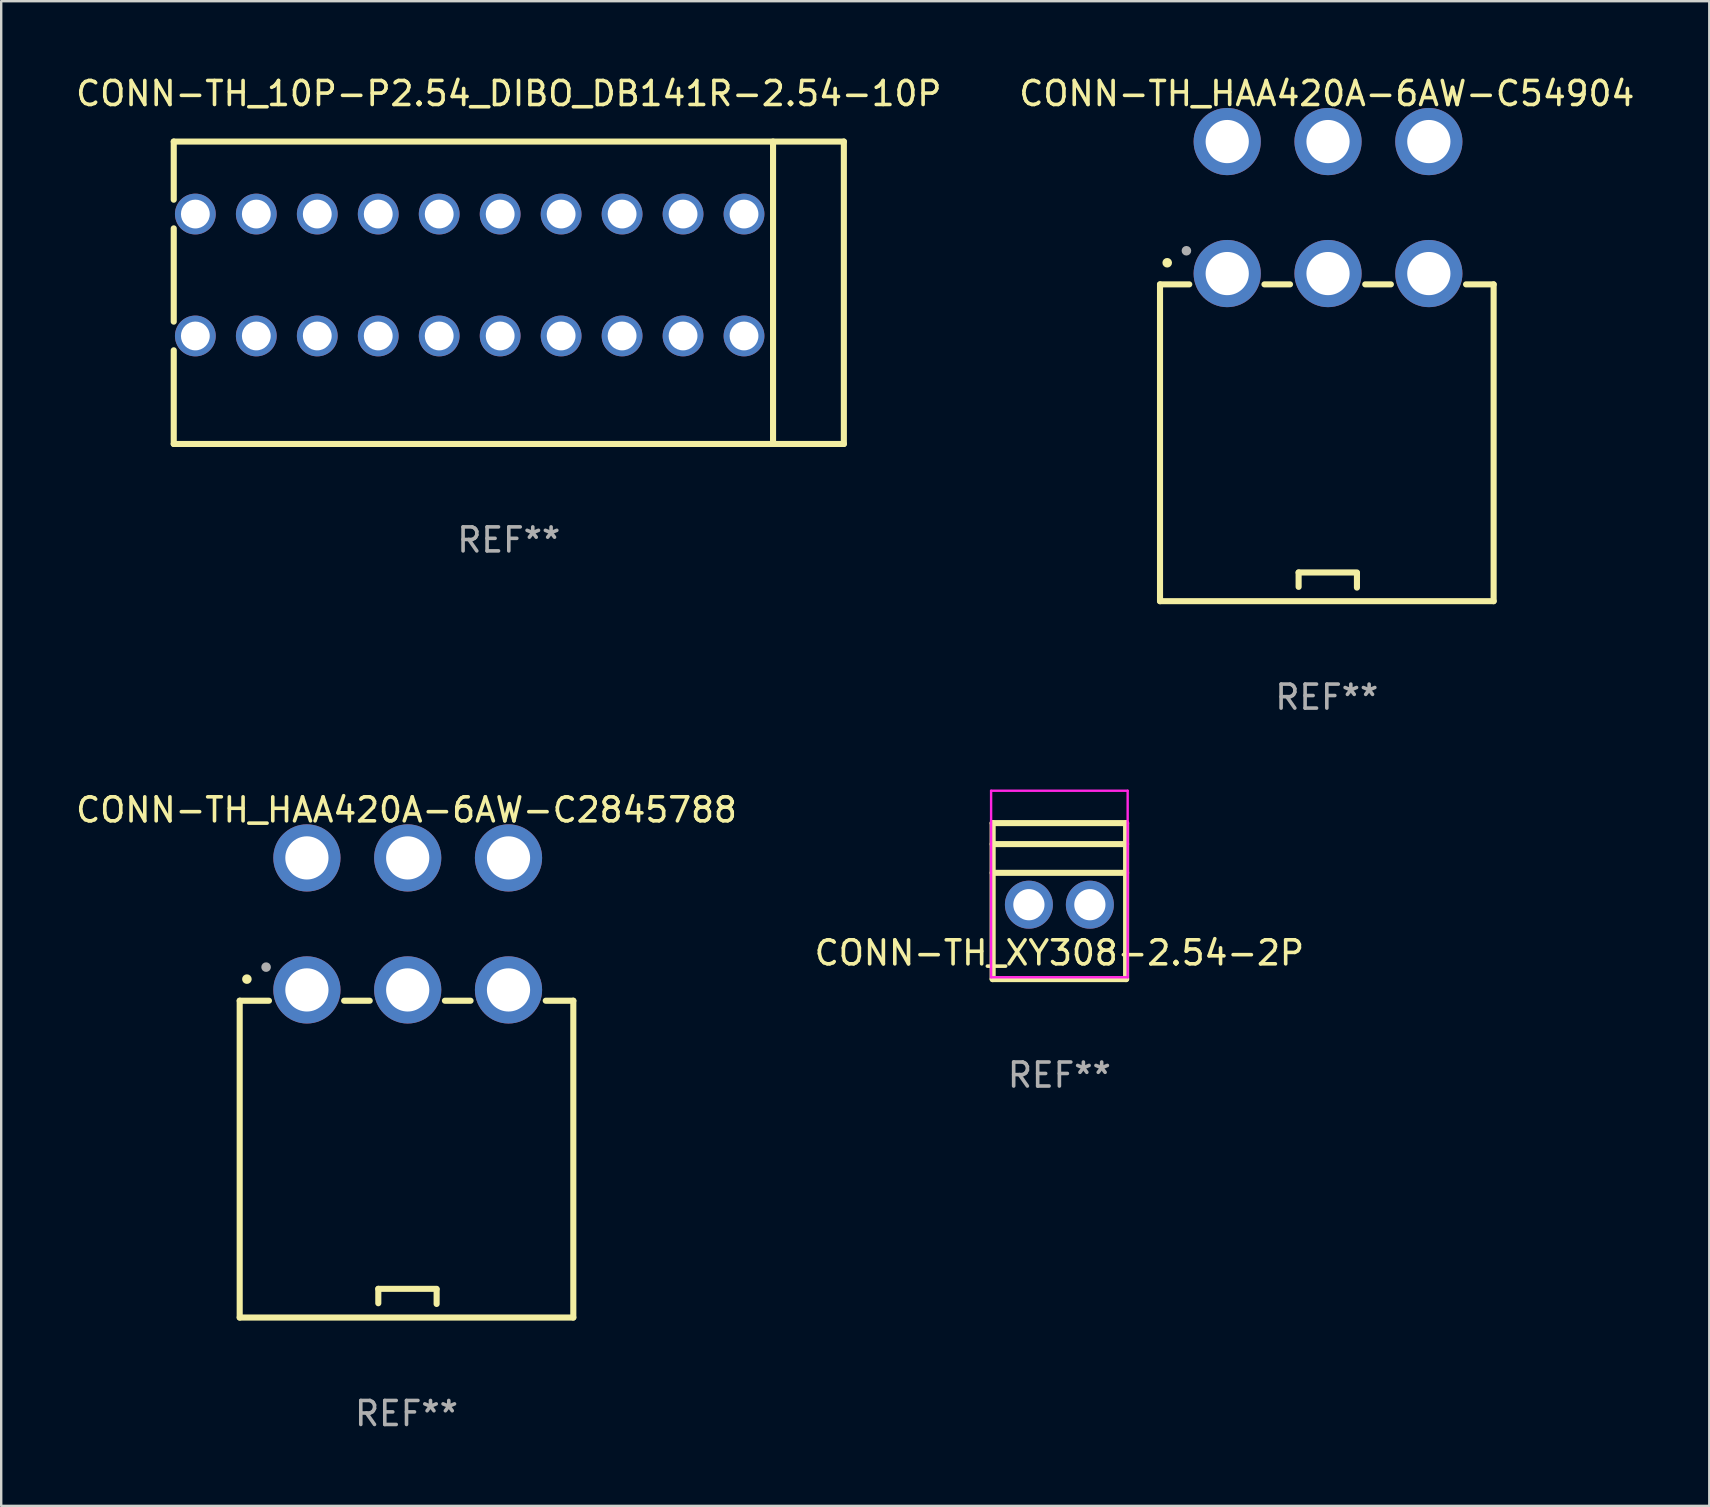
<source format=kicad_pcb>
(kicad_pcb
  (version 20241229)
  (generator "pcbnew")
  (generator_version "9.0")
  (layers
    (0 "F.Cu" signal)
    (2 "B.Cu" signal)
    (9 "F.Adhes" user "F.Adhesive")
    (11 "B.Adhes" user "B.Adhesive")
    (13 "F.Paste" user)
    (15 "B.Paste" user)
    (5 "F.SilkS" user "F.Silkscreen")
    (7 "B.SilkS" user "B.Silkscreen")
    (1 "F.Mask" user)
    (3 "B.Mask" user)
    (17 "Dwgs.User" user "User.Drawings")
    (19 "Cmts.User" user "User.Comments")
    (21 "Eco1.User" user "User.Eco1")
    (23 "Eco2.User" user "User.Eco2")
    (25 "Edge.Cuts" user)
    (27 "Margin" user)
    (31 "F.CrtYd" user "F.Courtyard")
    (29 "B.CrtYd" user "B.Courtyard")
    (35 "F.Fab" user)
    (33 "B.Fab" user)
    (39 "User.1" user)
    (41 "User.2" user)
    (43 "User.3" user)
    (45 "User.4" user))
  (footprint "CONN-TH_HAA420A-6AW-C54904"
    (layer "F.Cu")
    (at 52.232 12.423)
    (property "Reference" "CONN-TH_HAA420A-6AW-C54904" (at 0 -11.575 0) (layer "F.SilkS") (effects (font (size 1 1) (thickness 0.15))))
    (attr through_hole)
    (fp_line (start -6.95 -3.625) (end -5.731 -3.625) (stroke (width 0.254) (type solid)) (layer "F.SilkS"))
    (fp_line (start -6.95 9.575) (end -6.95 -3.625) (stroke (width 0.254) (type solid)) (layer "F.SilkS"))
    (fp_line (start -2.599 -3.625) (end -1.533 -3.625) (stroke (width 0.254) (type solid)) (layer "F.SilkS"))
    (fp_line (start -1.175 8.379) (end -1.175 8.979) (stroke (width 0.254) (type solid)) (layer "F.SilkS"))
    (fp_line (start -1.175 8.379) (end 1.255 8.379) (stroke (width 0.254) (type solid)) (layer "F.SilkS"))
    (fp_line (start 1.255 8.409) (end 1.255 9.009) (stroke (width 0.254) (type solid)) (layer "F.SilkS"))
    (fp_line (start 1.6 -3.625) (end 2.669 -3.625) (stroke (width 0.254) (type solid)) (layer "F.SilkS"))
    (fp_line (start 5.801 -3.625) (end 6.95 -3.625) (stroke (width 0.254) (type solid)) (layer "F.SilkS"))
    (fp_line (start 6.95 -3.625) (end 6.95 9.575) (stroke (width 0.254) (type solid)) (layer "F.SilkS"))
    (fp_line (start 6.95 9.575) (end -6.95 9.575) (stroke (width 0.254) (type solid)) (layer "F.SilkS"))
    (fp_circle (center -6.85 9.52) (end -6.82 9.52) (stroke (width 0.06) (type solid)) (fill no) (layer "F.SilkS"))
    (fp_circle (center -6.65 -4.525) (end -6.55 -4.525) (stroke (width 0.2) (type solid)) (fill no) (layer "F.SilkS"))
    (fp_circle (center -5.85 -5.025) (end -5.75 -5.025) (stroke (width 0.2) (type solid)) (fill no) (layer "F.Fab"))
    (fp_text user "REF**" (at 0 13.575 0) (layer "F.Fab") (effects (font (size 1 1) (thickness 0.15))))
    (pad "1" thru_hole circle (at -4.15 -4.075) (size 2.8 2.8) (drill 1.8) (layers "*.Cu" "*.Mask"))
    (pad "2" thru_hole circle (at -4.15 -9.575) (size 2.8 2.8) (drill 1.8) (layers "*.Cu" "*.Mask"))
    (pad "3" thru_hole circle (at 0.05 -4.075) (size 2.8 2.8) (drill 1.8) (layers "*.Cu" "*.Mask"))
    (pad "4" thru_hole circle (at 0.05 -9.575) (size 2.8 2.8) (drill 1.8) (layers "*.Cu" "*.Mask"))
    (pad "5" thru_hole circle (at 4.25 -4.075) (size 2.8 2.8) (drill 1.8) (layers "*.Cu" "*.Mask"))
    (pad "6" thru_hole circle (at 4.25 -9.575) (size 2.8 2.8) (drill 1.8) (layers "*.Cu" "*.Mask")))
  (footprint "CONN-TH_XY308-2.54-2P"
    (layer "F.Cu")
    (at 41.089 34.494)
    (property "Reference" "CONN-TH_XY308-2.54-2P" (at 0 2.159 0) (layer "F.SilkS") (effects (font (size 1 1) (thickness 0.15))))
    (attr through_hole)
    (fp_line (start -2.78 -3.25) (end -2.78 3.25) (stroke (width 0.254) (type solid)) (layer "F.SilkS"))
    (fp_line (start -2.78 -3.25) (end 2.78 -3.25) (stroke (width 0.254) (type solid)) (layer "F.SilkS"))
    (fp_line (start -2.78 -2.375) (end 2.78 -2.375) (stroke (width 0.254) (type solid)) (layer "F.SilkS"))
    (fp_line (start -2.78 -1.177) (end 2.78 -1.177) (stroke (width 0.254) (type solid)) (layer "F.SilkS"))
    (fp_line (start -2.78 3.25) (end 2.78 3.25) (stroke (width 0.254) (type solid)) (layer "F.SilkS"))
    (fp_line (start 2.78 -3.25) (end 2.78 3.25) (stroke (width 0.254) (type solid)) (layer "F.SilkS"))
    (fp_line (start -2.845 -4.597) (end 2.845 -4.597) (stroke (width 0.1) (type solid)) (layer "F.CrtYd"))
    (fp_line (start -2.845 3.175) (end -2.845 -4.597) (stroke (width 0.1) (type solid)) (layer "F.CrtYd"))
    (fp_line (start 2.845 -4.597) (end 2.845 3.175) (stroke (width 0.1) (type solid)) (layer "F.CrtYd"))
    (fp_line (start 2.845 3.175) (end -2.845 3.175) (stroke (width 0.1) (type solid)) (layer "F.CrtYd"))
    (fp_text user "REF**" (at 0 7.25 0) (layer "F.Fab") (effects (font (size 1 1) (thickness 0.15))))
    (pad "1" thru_hole circle (at -1.27 0.15) (size 2 2) (drill 1.3) (layers "*.Cu" "*.Mask"))
    (pad "2" thru_hole circle (at 1.27 0.15) (size 2 2) (drill 1.3) (layers "*.Cu" "*.Mask")))
  (footprint "CONN-TH_10P-P2.54_DIBO_DB141R-2.54-10P"
    (layer "F.Cu")
    (at 18.149 9.148)
    (property "Reference" "CONN-TH_10P-P2.54_DIBO_DB141R-2.54-10P" (at 0 -8.3 0) (layer "F.SilkS") (effects (font (size 1 1) (thickness 0.15))))
    (attr through_hole)
    (fp_line (start -13.96 -6.3) (end -13.96 -3.877) (stroke (width 0.254) (type solid)) (layer "F.SilkS"))
    (fp_line (start -13.96 -6.3) (end 13.96 -6.3) (stroke (width 0.254) (type solid)) (layer "F.SilkS"))
    (fp_line (start -13.96 -2.683) (end -13.96 1.203) (stroke (width 0.254) (type solid)) (layer "F.SilkS"))
    (fp_line (start -13.96 2.397) (end -13.96 6.3) (stroke (width 0.254) (type solid)) (layer "F.SilkS"))
    (fp_line (start -13.96 6.3) (end 13.96 6.3) (stroke (width 0.254) (type solid)) (layer "F.SilkS"))
    (fp_line (start 11.01 -6.3) (end 11.01 6.3) (stroke (width 0.254) (type solid)) (layer "F.SilkS"))
    (fp_line (start 13.96 -6.3) (end 13.96 6.3) (stroke (width 0.254) (type solid)) (layer "F.SilkS"))
    (fp_text user "REF**" (at 0 10.3 0) (layer "F.Fab") (effects (font (size 1 1) (thickness 0.15))))
    (pad "1" thru_hole circle (at -13.06 -3.28) (size 1.7 1.7) (drill 1.2) (layers "*.Cu" "*.Mask"))
    (pad "1" thru_hole circle (at -13.06 1.8) (size 1.7 1.7) (drill 1.2) (layers "*.Cu" "*.Mask"))
    (pad "2" thru_hole circle (at -10.52 -3.28) (size 1.7 1.7) (drill 1.2) (layers "*.Cu" "*.Mask"))
    (pad "2" thru_hole circle (at -10.52 1.8) (size 1.7 1.7) (drill 1.2) (layers "*.Cu" "*.Mask"))
    (pad "3" thru_hole circle (at -7.98 -3.28) (size 1.7 1.7) (drill 1.2) (layers "*.Cu" "*.Mask"))
    (pad "3" thru_hole circle (at -7.98 1.8) (size 1.7 1.7) (drill 1.2) (layers "*.Cu" "*.Mask"))
    (pad "4" thru_hole circle (at -5.44 -3.28) (size 1.7 1.7) (drill 1.2) (layers "*.Cu" "*.Mask"))
    (pad "4" thru_hole circle (at -5.44 1.8) (size 1.7 1.7) (drill 1.2) (layers "*.Cu" "*.Mask"))
    (pad "5" thru_hole circle (at -2.9 -3.28) (size 1.7 1.7) (drill 1.2) (layers "*.Cu" "*.Mask"))
    (pad "5" thru_hole circle (at -2.9 1.8) (size 1.7 1.7) (drill 1.2) (layers "*.Cu" "*.Mask"))
    (pad "6" thru_hole circle (at -0.36 -3.28) (size 1.7 1.7) (drill 1.2) (layers "*.Cu" "*.Mask"))
    (pad "6" thru_hole circle (at -0.36 1.8) (size 1.7 1.7) (drill 1.2) (layers "*.Cu" "*.Mask"))
    (pad "7" thru_hole circle (at 2.18 -3.28) (size 1.7 1.7) (drill 1.2) (layers "*.Cu" "*.Mask"))
    (pad "7" thru_hole circle (at 2.18 1.8) (size 1.7 1.7) (drill 1.2) (layers "*.Cu" "*.Mask"))
    (pad "8" thru_hole circle (at 4.72 -3.28) (size 1.7 1.7) (drill 1.2) (layers "*.Cu" "*.Mask"))
    (pad "8" thru_hole circle (at 4.72 1.8) (size 1.7 1.7) (drill 1.2) (layers "*.Cu" "*.Mask"))
    (pad "9" thru_hole circle (at 7.26 -3.28) (size 1.7 1.7) (drill 1.2) (layers "*.Cu" "*.Mask"))
    (pad "9" thru_hole circle (at 7.26 1.8) (size 1.7 1.7) (drill 1.2) (layers "*.Cu" "*.Mask"))
    (pad "10" thru_hole circle (at 9.8 -3.28) (size 1.7 1.7) (drill 1.2) (layers "*.Cu" "*.Mask"))
    (pad "10" thru_hole circle (at 9.8 1.8) (size 1.7 1.7) (drill 1.2) (layers "*.Cu" "*.Mask")))
  (footprint "CONN-TH_HAA420A-6AW-C2845788"
    (layer "F.Cu")
    (at 13.887 42.27)
    (property "Reference" "CONN-TH_HAA420A-6AW-C2845788" (at 0 -11.575 0) (layer "F.SilkS") (effects (font (size 1 1) (thickness 0.15))))
    (attr through_hole)
    (fp_line (start -6.95 -3.625) (end -5.731 -3.625) (stroke (width 0.254) (type solid)) (layer "F.SilkS"))
    (fp_line (start -6.95 9.575) (end -6.95 -3.625) (stroke (width 0.254) (type solid)) (layer "F.SilkS"))
    (fp_line (start -2.599 -3.625) (end -1.533 -3.625) (stroke (width 0.254) (type solid)) (layer "F.SilkS"))
    (fp_line (start -1.175 8.379) (end -1.175 8.979) (stroke (width 0.254) (type solid)) (layer "F.SilkS"))
    (fp_line (start -1.175 8.379) (end 1.255 8.379) (stroke (width 0.254) (type solid)) (layer "F.SilkS"))
    (fp_line (start 1.255 8.409) (end 1.255 9.009) (stroke (width 0.254) (type solid)) (layer "F.SilkS"))
    (fp_line (start 1.6 -3.625) (end 2.669 -3.625) (stroke (width 0.254) (type solid)) (layer "F.SilkS"))
    (fp_line (start 5.801 -3.625) (end 6.95 -3.625) (stroke (width 0.254) (type solid)) (layer "F.SilkS"))
    (fp_line (start 6.95 -3.625) (end 6.95 9.575) (stroke (width 0.254) (type solid)) (layer "F.SilkS"))
    (fp_line (start 6.95 9.575) (end -6.95 9.575) (stroke (width 0.254) (type solid)) (layer "F.SilkS"))
    (fp_circle (center -6.85 9.52) (end -6.82 9.52) (stroke (width 0.06) (type solid)) (fill no) (layer "F.SilkS"))
    (fp_circle (center -6.65 -4.525) (end -6.55 -4.525) (stroke (width 0.2) (type solid)) (fill no) (layer "F.SilkS"))
    (fp_circle (center -5.85 -5.025) (end -5.75 -5.025) (stroke (width 0.2) (type solid)) (fill no) (layer "F.Fab"))
    (fp_text user "REF**" (at 0 13.575 0) (layer "F.Fab") (effects (font (size 1 1) (thickness 0.15))))
    (pad "1" thru_hole circle (at -4.15 -4.075) (size 2.8 2.8) (drill 1.8) (layers "*.Cu" "*.Mask"))
    (pad "2" thru_hole circle (at -4.15 -9.575) (size 2.8 2.8) (drill 1.8) (layers "*.Cu" "*.Mask"))
    (pad "3" thru_hole circle (at 0.05 -4.075) (size 2.8 2.8) (drill 1.8) (layers "*.Cu" "*.Mask"))
    (pad "4" thru_hole circle (at 0.05 -9.575) (size 2.8 2.8) (drill 1.8) (layers "*.Cu" "*.Mask"))
    (pad "5" thru_hole circle (at 4.25 -4.075) (size 2.8 2.8) (drill 1.8) (layers "*.Cu" "*.Mask"))
    (pad "6" thru_hole circle (at 4.25 -9.575) (size 2.8 2.8) (drill 1.8) (layers "*.Cu" "*.Mask")))
  (gr_rect
    (start -3 -3)
    (end 68.167 59.693)
    (stroke (width 0.1) (type default))
    (fill no)
    (layer "Edge.Cuts")))
</source>
